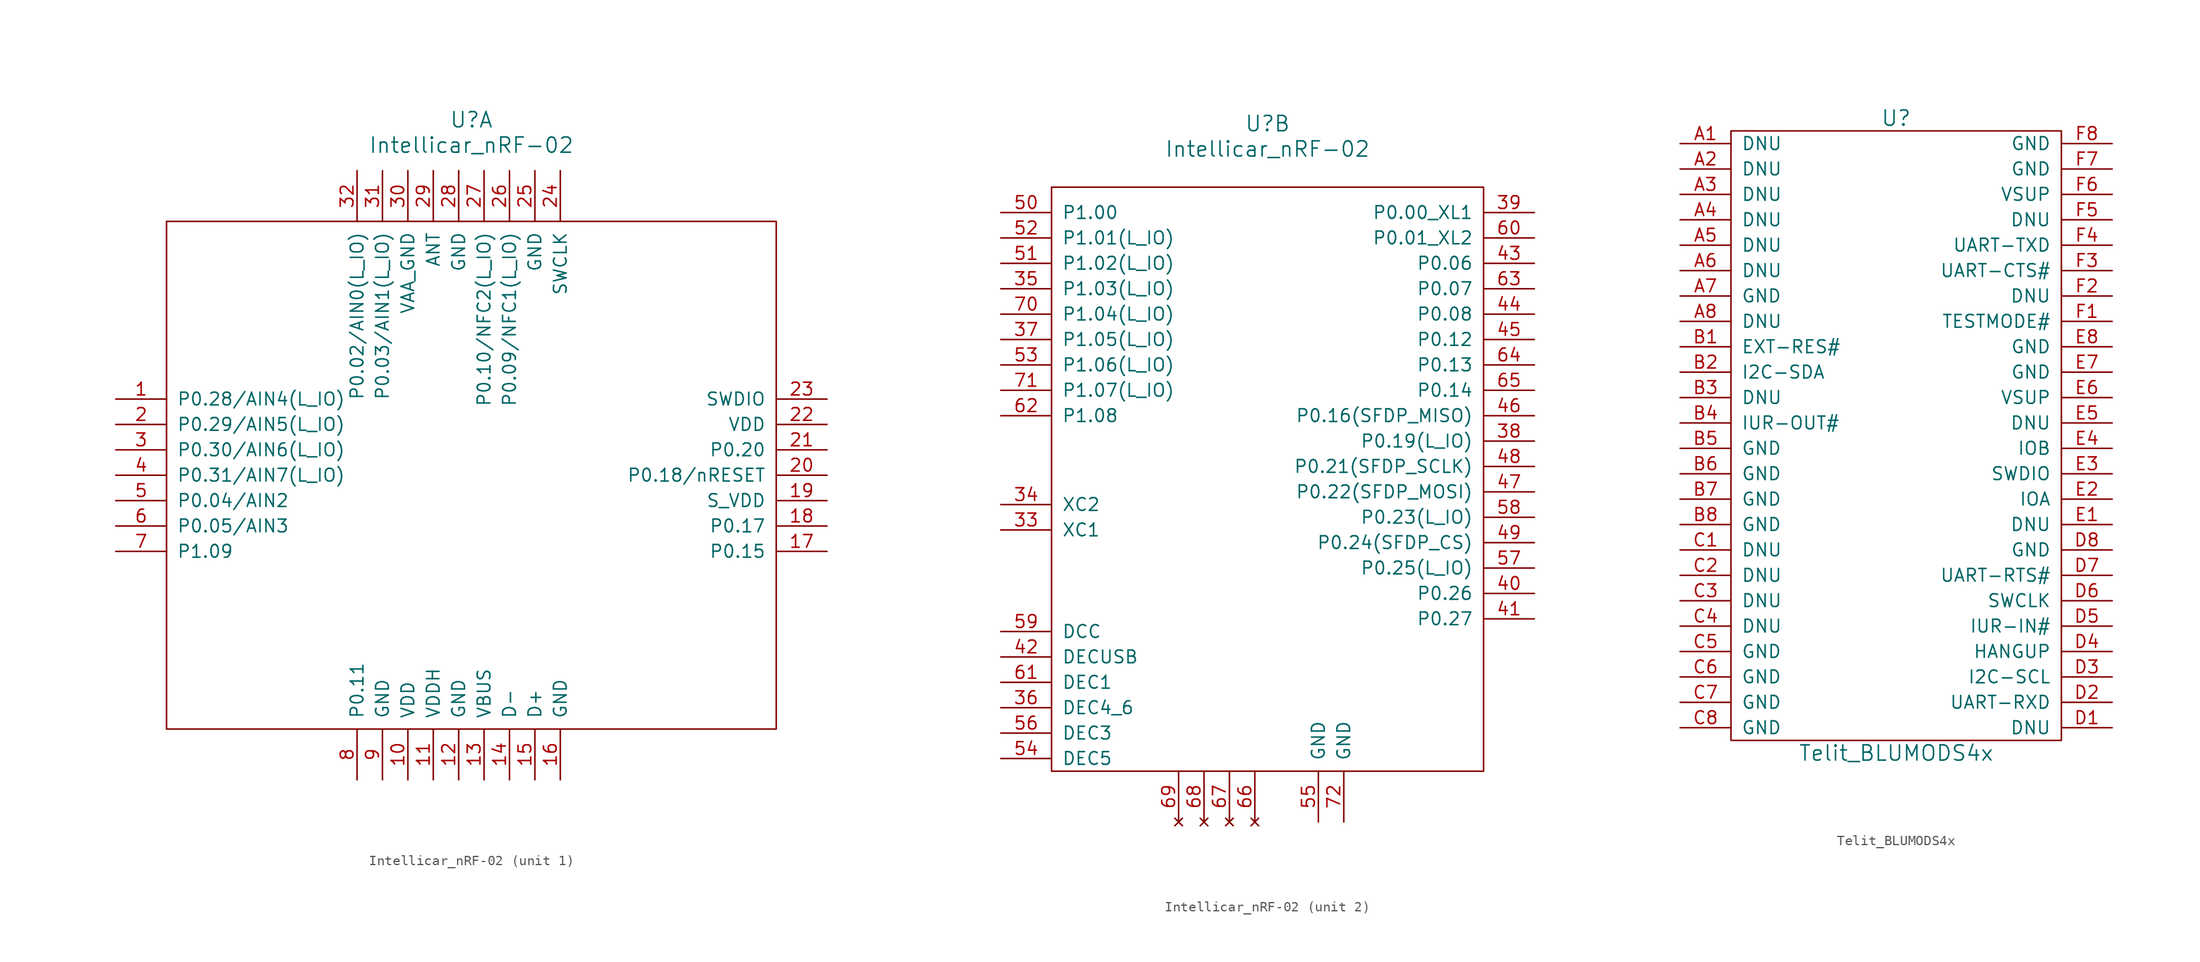
<source format=kicad_sym>
(kicad_symbol_lib
  (version 20231120)
  (generator "kicad_symbol_editor")
  (generator_version "8.0")
  (symbol "Intellicar_nRF-02"
    (pin_names
      (offset 1.016))
    (property "Reference" "U"
      (at 0 35.56 0)
      (effects (font (size 1.524 1.524))))
    (property "Value" "Intellicar_nRF-02"
      (at 0 33.02 0)
      (effects (font (size 1.524 1.524))))
    (property "ki_locked" ""
      (at 0 0 0)
      (effects (font (size 1.27 1.27))))
    (symbol "Intellicar_nRF-02_1_1"
      (rectangle (start -30.48 25.4) (end 30.48 -25.4) (stroke (width 0) (type default)) (fill (type none)))
      (pin input line (at -35.56 7.62 0) (length 5.08) (name "P0.28/AIN4(L_IO)" (effects (font (size 1.27 1.27)))) (number "1" (effects (font (size 1.27 1.27)))))
      (pin input line (at -6.35 -30.48 90) (length 5.08) (name "VDD" (effects (font (size 1.27 1.27)))) (number "10" (effects (font (size 1.27 1.27)))))
      (pin input line (at -3.81 -30.48 90) (length 5.08) (name "VDDH" (effects (font (size 1.27 1.27)))) (number "11" (effects (font (size 1.27 1.27)))))
      (pin input line (at -1.27 -30.48 90) (length 5.08) (name "GND" (effects (font (size 1.27 1.27)))) (number "12" (effects (font (size 1.27 1.27)))))
      (pin input line (at 1.27 -30.48 90) (length 5.08) (name "VBUS" (effects (font (size 1.27 1.27)))) (number "13" (effects (font (size 1.27 1.27)))))
      (pin input line (at 3.81 -30.48 90) (length 5.08) (name "D-" (effects (font (size 1.27 1.27)))) (number "14" (effects (font (size 1.27 1.27)))))
      (pin input line (at 6.35 -30.48 90) (length 5.08) (name "D+" (effects (font (size 1.27 1.27)))) (number "15" (effects (font (size 1.27 1.27)))))
      (pin input line (at 8.89 -30.48 90) (length 5.08) (name "GND" (effects (font (size 1.27 1.27)))) (number "16" (effects (font (size 1.27 1.27)))))
      (pin input line (at 35.56 -7.62 180) (length 5.08) (name "P0.15" (effects (font (size 1.27 1.27)))) (number "17" (effects (font (size 1.27 1.27)))))
      (pin input line (at 35.56 -5.08 180) (length 5.08) (name "P0.17" (effects (font (size 1.27 1.27)))) (number "18" (effects (font (size 1.27 1.27)))))
      (pin input line (at 35.56 -2.54 180) (length 5.08) (name "S_VDD" (effects (font (size 1.27 1.27)))) (number "19" (effects (font (size 1.27 1.27)))))
      (pin input line (at -35.56 5.08 0) (length 5.08) (name "P0.29/AIN5(L_IO)" (effects (font (size 1.27 1.27)))) (number "2" (effects (font (size 1.27 1.27)))))
      (pin input line (at 35.56 0 180) (length 5.08) (name "P0.18/nRESET" (effects (font (size 1.27 1.27)))) (number "20" (effects (font (size 1.27 1.27)))))
      (pin input line (at 35.56 2.54 180) (length 5.08) (name "P0.20" (effects (font (size 1.27 1.27)))) (number "21" (effects (font (size 1.27 1.27)))))
      (pin input line (at 35.56 5.08 180) (length 5.08) (name "VDD" (effects (font (size 1.27 1.27)))) (number "22" (effects (font (size 1.27 1.27)))))
      (pin input line (at 35.56 7.62 180) (length 5.08) (name "SWDIO" (effects (font (size 1.27 1.27)))) (number "23" (effects (font (size 1.27 1.27)))))
      (pin input line (at 8.89 30.48 270) (length 5.08) (name "SWCLK" (effects (font (size 1.27 1.27)))) (number "24" (effects (font (size 1.27 1.27)))))
      (pin input line (at 6.35 30.48 270) (length 5.08) (name "GND" (effects (font (size 1.27 1.27)))) (number "25" (effects (font (size 1.27 1.27)))))
      (pin input line (at 3.81 30.48 270) (length 5.08) (name "P0.09/NFC1(L_IO)" (effects (font (size 1.27 1.27)))) (number "26" (effects (font (size 1.27 1.27)))))
      (pin input line (at 1.27 30.48 270) (length 5.08) (name "P0.10/NFC2(L_IO)" (effects (font (size 1.27 1.27)))) (number "27" (effects (font (size 1.27 1.27)))))
      (pin input line (at -1.27 30.48 270) (length 5.08) (name "GND" (effects (font (size 1.27 1.27)))) (number "28" (effects (font (size 1.27 1.27)))))
      (pin input line (at -3.81 30.48 270) (length 5.08) (name "ANT" (effects (font (size 1.27 1.27)))) (number "29" (effects (font (size 1.27 1.27)))))
      (pin input line (at -35.56 2.54 0) (length 5.08) (name "P0.30/AIN6(L_IO)" (effects (font (size 1.27 1.27)))) (number "3" (effects (font (size 1.27 1.27)))))
      (pin input line (at -6.35 30.48 270) (length 5.08) (name "VAA_GND" (effects (font (size 1.27 1.27)))) (number "30" (effects (font (size 1.27 1.27)))))
      (pin input line (at -8.89 30.48 270) (length 5.08) (name "P0.03/AIN1(L_IO)" (effects (font (size 1.27 1.27)))) (number "31" (effects (font (size 1.27 1.27)))))
      (pin input line (at -11.43 30.48 270) (length 5.08) (name "P0.02/AIN0(L_IO)" (effects (font (size 1.27 1.27)))) (number "32" (effects (font (size 1.27 1.27)))))
      (pin input line (at -35.56 0 0) (length 5.08) (name "P0.31/AIN7(L_IO)" (effects (font (size 1.27 1.27)))) (number "4" (effects (font (size 1.27 1.27)))))
      (pin input line (at -35.56 -2.54 0) (length 5.08) (name "P0.04/AIN2" (effects (font (size 1.27 1.27)))) (number "5" (effects (font (size 1.27 1.27)))))
      (pin input line (at -35.56 -5.08 0) (length 5.08) (name "P0.05/AIN3" (effects (font (size 1.27 1.27)))) (number "6" (effects (font (size 1.27 1.27)))))
      (pin input line (at -35.56 -7.62 0) (length 5.08) (name "P1.09" (effects (font (size 1.27 1.27)))) (number "7" (effects (font (size 1.27 1.27)))))
      (pin input line (at -11.43 -30.48 90) (length 5.08) (name "P0.11" (effects (font (size 1.27 1.27)))) (number "8" (effects (font (size 1.27 1.27)))))
      (pin input line (at -8.89 -30.48 90) (length 5.08) (name "GND" (effects (font (size 1.27 1.27)))) (number "9" (effects (font (size 1.27 1.27))))))
    (symbol "Intellicar_nRF-02_2_1"
      (rectangle (start -21.59 29.21) (end 21.59 -29.21) (stroke (width 0) (type default)) (fill (type none)))
      (pin input line (at -26.67 -5.08 0) (length 5.08) (name "XC1" (effects (font (size 1.27 1.27)))) (number "33" (effects (font (size 1.27 1.27)))))
      (pin input line (at -26.67 -2.54 0) (length 5.08) (name "XC2" (effects (font (size 1.27 1.27)))) (number "34" (effects (font (size 1.27 1.27)))))
      (pin input line (at -26.67 19.05 0) (length 5.08) (name "P1.03(L_IO)" (effects (font (size 1.27 1.27)))) (number "35" (effects (font (size 1.27 1.27)))))
      (pin input line (at -26.67 -22.86 0) (length 5.08) (name "DEC4_6" (effects (font (size 1.27 1.27)))) (number "36" (effects (font (size 1.27 1.27)))))
      (pin input line (at -26.67 13.97 0) (length 5.08) (name "P1.05(L_IO)" (effects (font (size 1.27 1.27)))) (number "37" (effects (font (size 1.27 1.27)))))
      (pin input line (at 26.67 3.81 180) (length 5.08) (name "P0.19(L_IO)" (effects (font (size 1.27 1.27)))) (number "38" (effects (font (size 1.27 1.27)))))
      (pin input line (at 26.67 26.67 180) (length 5.08) (name "P0.00_XL1" (effects (font (size 1.27 1.27)))) (number "39" (effects (font (size 1.27 1.27)))))
      (pin input line (at 26.67 -11.43 180) (length 5.08) (name "P0.26" (effects (font (size 1.27 1.27)))) (number "40" (effects (font (size 1.27 1.27)))))
      (pin input line (at 26.67 -13.97 180) (length 5.08) (name "P0.27" (effects (font (size 1.27 1.27)))) (number "41" (effects (font (size 1.27 1.27)))))
      (pin input line (at -26.67 -17.78 0) (length 5.08) (name "DECUSB" (effects (font (size 1.27 1.27)))) (number "42" (effects (font (size 1.27 1.27)))))
      (pin input line (at 26.67 21.59 180) (length 5.08) (name "P0.06" (effects (font (size 1.27 1.27)))) (number "43" (effects (font (size 1.27 1.27)))))
      (pin input line (at 26.67 16.51 180) (length 5.08) (name "P0.08" (effects (font (size 1.27 1.27)))) (number "44" (effects (font (size 1.27 1.27)))))
      (pin input line (at 26.67 13.97 180) (length 5.08) (name "P0.12" (effects (font (size 1.27 1.27)))) (number "45" (effects (font (size 1.27 1.27)))))
      (pin input line (at 26.67 6.35 180) (length 5.08) (name "P0.16(SFDP_MISO)" (effects (font (size 1.27 1.27)))) (number "46" (effects (font (size 1.27 1.27)))))
      (pin input line (at 26.67 -1.27 180) (length 5.08) (name "P0.22(SFDP_MOSI)" (effects (font (size 1.27 1.27)))) (number "47" (effects (font (size 1.27 1.27)))))
      (pin input line (at 26.67 1.27 180) (length 5.08) (name "P0.21(SFDP_SCLK)" (effects (font (size 1.27 1.27)))) (number "48" (effects (font (size 1.27 1.27)))))
      (pin input line (at 26.67 -6.35 180) (length 5.08) (name "P0.24(SFDP_CS)" (effects (font (size 1.27 1.27)))) (number "49" (effects (font (size 1.27 1.27)))))
      (pin input line (at -26.67 26.67 0) (length 5.08) (name "P1.00" (effects (font (size 1.27 1.27)))) (number "50" (effects (font (size 1.27 1.27)))))
      (pin input line (at -26.67 21.59 0) (length 5.08) (name "P1.02(L_IO)" (effects (font (size 1.27 1.27)))) (number "51" (effects (font (size 1.27 1.27)))))
      (pin input line (at -26.67 24.13 0) (length 5.08) (name "P1.01(L_IO)" (effects (font (size 1.27 1.27)))) (number "52" (effects (font (size 1.27 1.27)))))
      (pin input line (at -26.67 11.43 0) (length 5.08) (name "P1.06(L_IO)" (effects (font (size 1.27 1.27)))) (number "53" (effects (font (size 1.27 1.27)))))
      (pin input line (at -26.67 -27.94 0) (length 5.08) (name "DEC5" (effects (font (size 1.27 1.27)))) (number "54" (effects (font (size 1.27 1.27)))))
      (pin input line (at 5.08 -34.29 90) (length 5.08) (name "GND" (effects (font (size 1.27 1.27)))) (number "55" (effects (font (size 1.27 1.27)))))
      (pin input line (at -26.67 -25.4 0) (length 5.08) (name "DEC3" (effects (font (size 1.27 1.27)))) (number "56" (effects (font (size 1.27 1.27)))))
      (pin input line (at 26.67 -8.89 180) (length 5.08) (name "P0.25(L_IO)" (effects (font (size 1.27 1.27)))) (number "57" (effects (font (size 1.27 1.27)))))
      (pin input line (at 26.67 -3.81 180) (length 5.08) (name "P0.23(L_IO)" (effects (font (size 1.27 1.27)))) (number "58" (effects (font (size 1.27 1.27)))))
      (pin input line (at -26.67 -15.24 0) (length 5.08) (name "DCC" (effects (font (size 1.27 1.27)))) (number "59" (effects (font (size 1.27 1.27)))))
      (pin input line (at 26.67 24.13 180) (length 5.08) (name "P0.01_XL2" (effects (font (size 1.27 1.27)))) (number "60" (effects (font (size 1.27 1.27)))))
      (pin input line (at -26.67 -20.32 0) (length 5.08) (name "DEC1" (effects (font (size 1.27 1.27)))) (number "61" (effects (font (size 1.27 1.27)))))
      (pin input line (at -26.67 6.35 0) (length 5.08) (name "P1.08" (effects (font (size 1.27 1.27)))) (number "62" (effects (font (size 1.27 1.27)))))
      (pin input line (at 26.67 19.05 180) (length 5.08) (name "P0.07" (effects (font (size 1.27 1.27)))) (number "63" (effects (font (size 1.27 1.27)))))
      (pin input line (at 26.67 11.43 180) (length 5.08) (name "P0.13" (effects (font (size 1.27 1.27)))) (number "64" (effects (font (size 1.27 1.27)))))
      (pin input line (at 26.67 8.89 180) (length 5.08) (name "P0.14" (effects (font (size 1.27 1.27)))) (number "65" (effects (font (size 1.27 1.27)))))
      (pin no_connect line (at -1.27 -34.29 90) (length 5.08) (name "~" (effects (font (size 1.27 1.27)))) (number "66" (effects (font (size 1.27 1.27)))))
      (pin no_connect line (at -3.81 -34.29 90) (length 5.08) (name "~" (effects (font (size 1.27 1.27)))) (number "67" (effects (font (size 1.27 1.27)))))
      (pin no_connect line (at -6.35 -34.29 90) (length 5.08) (name "~" (effects (font (size 1.27 1.27)))) (number "68" (effects (font (size 1.27 1.27)))))
      (pin no_connect line (at -8.89 -34.29 90) (length 5.08) (name "~" (effects (font (size 1.27 1.27)))) (number "69" (effects (font (size 1.27 1.27)))))
      (pin input line (at -26.67 16.51 0) (length 5.08) (name "P1.04(L_IO)" (effects (font (size 1.27 1.27)))) (number "70" (effects (font (size 1.27 1.27)))))
      (pin input line (at -26.67 8.89 0) (length 5.08) (name "P1.07(L_IO)" (effects (font (size 1.27 1.27)))) (number "71" (effects (font (size 1.27 1.27)))))
      (pin input line (at 7.62 -34.29 90) (length 5.08) (name "GND" (effects (font (size 1.27 1.27)))) (number "72" (effects (font (size 1.27 1.27)))))))
  (symbol "Telit_BLUMODS4x"
    (pin_names
      (offset 1.016))
    (property "Reference" "U"
      (at 0 31.75 0)
      (effects (font (size 1.524 1.524))))
    (property "Value" "Telit_BLUMODS4x"
      (at 0 -31.75 0)
      (effects (font (size 1.524 1.524))))
    (symbol "Telit_BLUMODS4x_0_1"
      (rectangle (start -16.51 30.48) (end 16.51 -30.48) (stroke (width 0) (type default)) (fill (type none))))
    (symbol "Telit_BLUMODS4x_1_1"
      (pin input line (at -21.59 29.21 0) (length 5.08) (name "DNU" (effects (font (size 1.27 1.27)))) (number "A1" (effects (font (size 1.27 1.27)))))
      (pin input line (at -21.59 26.67 0) (length 5.08) (name "DNU" (effects (font (size 1.27 1.27)))) (number "A2" (effects (font (size 1.27 1.27)))))
      (pin input line (at -21.59 24.13 0) (length 5.08) (name "DNU" (effects (font (size 1.27 1.27)))) (number "A3" (effects (font (size 1.27 1.27)))))
      (pin input line (at -21.59 21.59 0) (length 5.08) (name "DNU" (effects (font (size 1.27 1.27)))) (number "A4" (effects (font (size 1.27 1.27)))))
      (pin input line (at -21.59 19.05 0) (length 5.08) (name "DNU" (effects (font (size 1.27 1.27)))) (number "A5" (effects (font (size 1.27 1.27)))))
      (pin input line (at -21.59 16.51 0) (length 5.08) (name "DNU" (effects (font (size 1.27 1.27)))) (number "A6" (effects (font (size 1.27 1.27)))))
      (pin input line (at -21.59 13.97 0) (length 5.08) (name "GND" (effects (font (size 1.27 1.27)))) (number "A7" (effects (font (size 1.27 1.27)))))
      (pin input line (at -21.59 11.43 0) (length 5.08) (name "DNU" (effects (font (size 1.27 1.27)))) (number "A8" (effects (font (size 1.27 1.27)))))
      (pin input line (at -21.59 8.89 0) (length 5.08) (name "EXT-RES#" (effects (font (size 1.27 1.27)))) (number "B1" (effects (font (size 1.27 1.27)))))
      (pin input line (at -21.59 6.35 0) (length 5.08) (name "I2C-SDA" (effects (font (size 1.27 1.27)))) (number "B2" (effects (font (size 1.27 1.27)))))
      (pin input line (at -21.59 3.81 0) (length 5.08) (name "DNU" (effects (font (size 1.27 1.27)))) (number "B3" (effects (font (size 1.27 1.27)))))
      (pin input line (at -21.59 1.27 0) (length 5.08) (name "IUR-OUT#" (effects (font (size 1.27 1.27)))) (number "B4" (effects (font (size 1.27 1.27)))))
      (pin input line (at -21.59 -1.27 0) (length 5.08) (name "GND" (effects (font (size 1.27 1.27)))) (number "B5" (effects (font (size 1.27 1.27)))))
      (pin input line (at -21.59 -3.81 0) (length 5.08) (name "GND" (effects (font (size 1.27 1.27)))) (number "B6" (effects (font (size 1.27 1.27)))))
      (pin input line (at -21.59 -6.35 0) (length 5.08) (name "GND" (effects (font (size 1.27 1.27)))) (number "B7" (effects (font (size 1.27 1.27)))))
      (pin input line (at -21.59 -8.89 0) (length 5.08) (name "GND" (effects (font (size 1.27 1.27)))) (number "B8" (effects (font (size 1.27 1.27)))))
      (pin input line (at -21.59 -11.43 0) (length 5.08) (name "DNU" (effects (font (size 1.27 1.27)))) (number "C1" (effects (font (size 1.27 1.27)))))
      (pin input line (at -21.59 -13.97 0) (length 5.08) (name "DNU" (effects (font (size 1.27 1.27)))) (number "C2" (effects (font (size 1.27 1.27)))))
      (pin input line (at -21.59 -16.51 0) (length 5.08) (name "DNU" (effects (font (size 1.27 1.27)))) (number "C3" (effects (font (size 1.27 1.27)))))
      (pin input line (at -21.59 -19.05 0) (length 5.08) (name "DNU" (effects (font (size 1.27 1.27)))) (number "C4" (effects (font (size 1.27 1.27)))))
      (pin input line (at -21.59 -21.59 0) (length 5.08) (name "GND" (effects (font (size 1.27 1.27)))) (number "C5" (effects (font (size 1.27 1.27)))))
      (pin input line (at -21.59 -24.13 0) (length 5.08) (name "GND" (effects (font (size 1.27 1.27)))) (number "C6" (effects (font (size 1.27 1.27)))))
      (pin input line (at -21.59 -26.67 0) (length 5.08) (name "GND" (effects (font (size 1.27 1.27)))) (number "C7" (effects (font (size 1.27 1.27)))))
      (pin input line (at -21.59 -29.21 0) (length 5.08) (name "GND" (effects (font (size 1.27 1.27)))) (number "C8" (effects (font (size 1.27 1.27)))))
      (pin input line (at 21.59 -29.21 180) (length 5.08) (name "DNU" (effects (font (size 1.27 1.27)))) (number "D1" (effects (font (size 1.27 1.27)))))
      (pin input line (at 21.59 -26.67 180) (length 5.08) (name "UART-RXD" (effects (font (size 1.27 1.27)))) (number "D2" (effects (font (size 1.27 1.27)))))
      (pin input line (at 21.59 -24.13 180) (length 5.08) (name "I2C-SCL" (effects (font (size 1.27 1.27)))) (number "D3" (effects (font (size 1.27 1.27)))))
      (pin input line (at 21.59 -21.59 180) (length 5.08) (name "HANGUP" (effects (font (size 1.27 1.27)))) (number "D4" (effects (font (size 1.27 1.27)))))
      (pin input line (at 21.59 -19.05 180) (length 5.08) (name "IUR-IN#" (effects (font (size 1.27 1.27)))) (number "D5" (effects (font (size 1.27 1.27)))))
      (pin input line (at 21.59 -16.51 180) (length 5.08) (name "SWCLK" (effects (font (size 1.27 1.27)))) (number "D6" (effects (font (size 1.27 1.27)))))
      (pin input line (at 21.59 -13.97 180) (length 5.08) (name "UART-RTS#" (effects (font (size 1.27 1.27)))) (number "D7" (effects (font (size 1.27 1.27)))))
      (pin input line (at 21.59 -11.43 180) (length 5.08) (name "GND" (effects (font (size 1.27 1.27)))) (number "D8" (effects (font (size 1.27 1.27)))))
      (pin input line (at 21.59 -8.89 180) (length 5.08) (name "DNU" (effects (font (size 1.27 1.27)))) (number "E1" (effects (font (size 1.27 1.27)))))
      (pin input line (at 21.59 -6.35 180) (length 5.08) (name "IOA" (effects (font (size 1.27 1.27)))) (number "E2" (effects (font (size 1.27 1.27)))))
      (pin input line (at 21.59 -3.81 180) (length 5.08) (name "SWDIO" (effects (font (size 1.27 1.27)))) (number "E3" (effects (font (size 1.27 1.27)))))
      (pin input line (at 21.59 -1.27 180) (length 5.08) (name "IOB" (effects (font (size 1.27 1.27)))) (number "E4" (effects (font (size 1.27 1.27)))))
      (pin input line (at 21.59 1.27 180) (length 5.08) (name "DNU" (effects (font (size 1.27 1.27)))) (number "E5" (effects (font (size 1.27 1.27)))))
      (pin input line (at 21.59 3.81 180) (length 5.08) (name "VSUP" (effects (font (size 1.27 1.27)))) (number "E6" (effects (font (size 1.27 1.27)))))
      (pin input line (at 21.59 6.35 180) (length 5.08) (name "GND" (effects (font (size 1.27 1.27)))) (number "E7" (effects (font (size 1.27 1.27)))))
      (pin input line (at 21.59 8.89 180) (length 5.08) (name "GND" (effects (font (size 1.27 1.27)))) (number "E8" (effects (font (size 1.27 1.27)))))
      (pin input line (at 21.59 11.43 180) (length 5.08) (name "TESTMODE#" (effects (font (size 1.27 1.27)))) (number "F1" (effects (font (size 1.27 1.27)))))
      (pin input line (at 21.59 13.97 180) (length 5.08) (name "DNU" (effects (font (size 1.27 1.27)))) (number "F2" (effects (font (size 1.27 1.27)))))
      (pin input line (at 21.59 16.51 180) (length 5.08) (name "UART-CTS#" (effects (font (size 1.27 1.27)))) (number "F3" (effects (font (size 1.27 1.27)))))
      (pin input line (at 21.59 19.05 180) (length 5.08) (name "UART-TXD" (effects (font (size 1.27 1.27)))) (number "F4" (effects (font (size 1.27 1.27)))))
      (pin input line (at 21.59 21.59 180) (length 5.08) (name "DNU" (effects (font (size 1.27 1.27)))) (number "F5" (effects (font (size 1.27 1.27)))))
      (pin input line (at 21.59 24.13 180) (length 5.08) (name "VSUP" (effects (font (size 1.27 1.27)))) (number "F6" (effects (font (size 1.27 1.27)))))
      (pin input line (at 21.59 26.67 180) (length 5.08) (name "GND" (effects (font (size 1.27 1.27)))) (number "F7" (effects (font (size 1.27 1.27)))))
      (pin input line (at 21.59 29.21 180) (length 5.08) (name "GND" (effects (font (size 1.27 1.27)))) (number "F8" (effects (font (size 1.27 1.27))))))))
</source>
